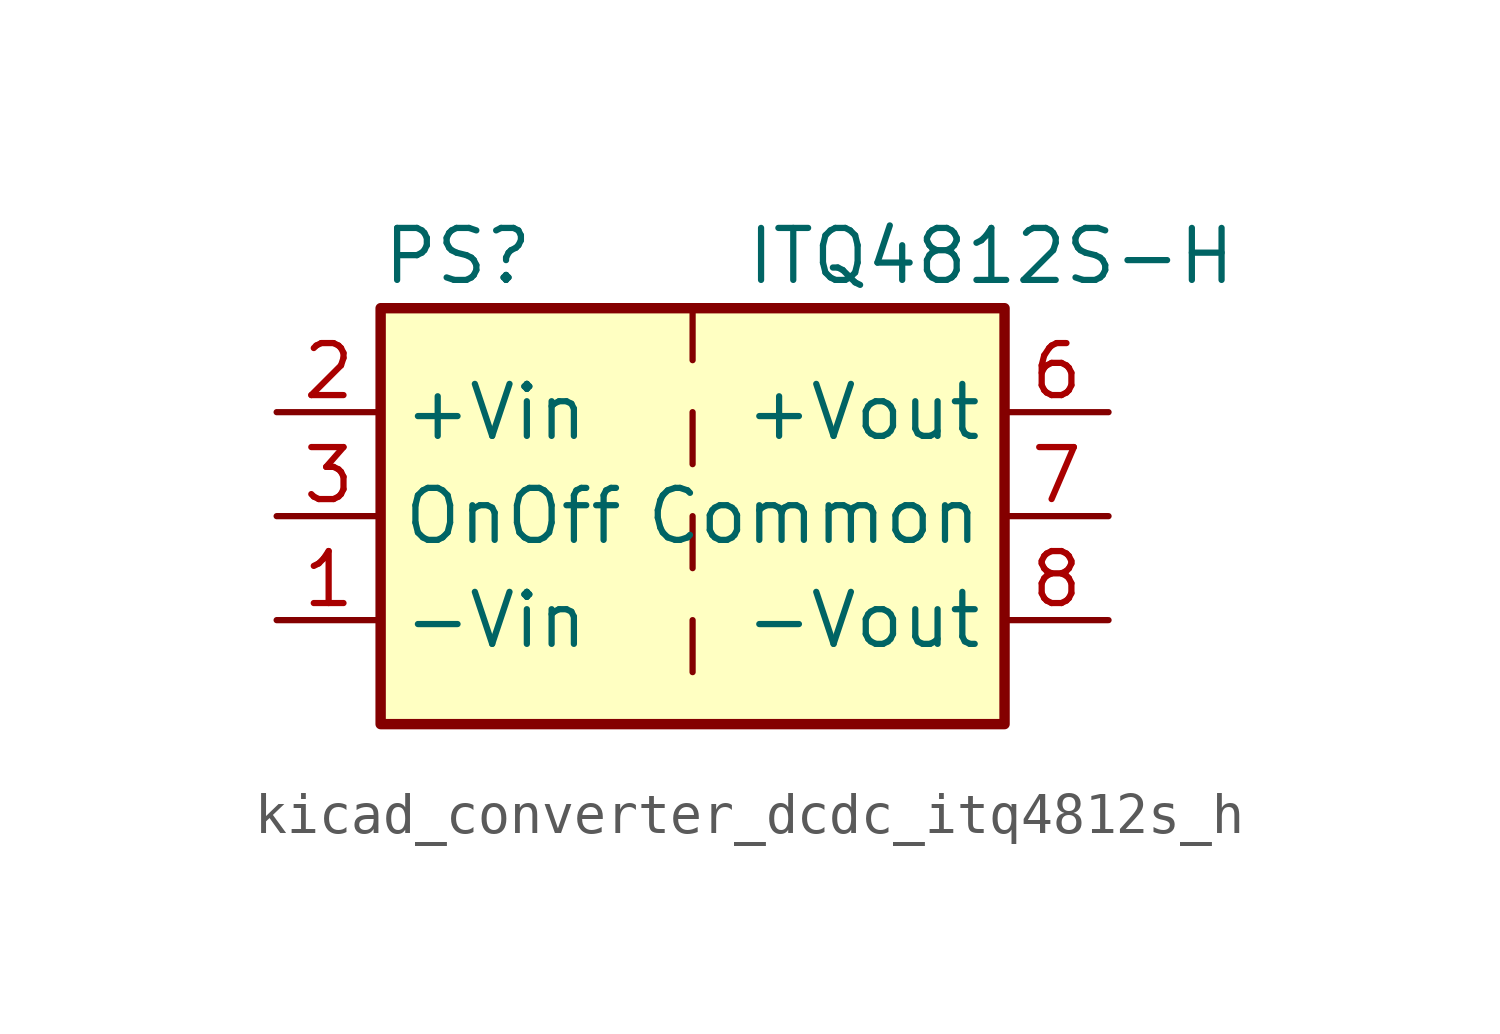
<source format=kicad_sym>
(kicad_symbol_lib
  (version 20220914)
  (generator kicad_symbol_editor)
  (symbol "kicad_converter_dcdc_itq4812s_h"
    (property "Reference" "PS"
      (at -7.62 6.35 0)
      (effects (font (size 1.27 1.27)) (justify left)))
    (property "Value" "ITQ4812S-H"
      (at 1.27 6.35 0)
      (effects (font (size 1.27 1.27)) (justify left)))
    (symbol "kicad_converter_dcdc_itq4812s_h_0_0"
      (pin power_in line (at -10.16 -2.54 0) (length 2.54) (name "-Vin" (effects (font (size 1.27 1.27)))) (number "1" (effects (font (size 1.27 1.27)))))
      (pin power_in line (at -10.16 2.54 0) (length 2.54) (name "+Vin" (effects (font (size 1.27 1.27)))) (number "2" (effects (font (size 1.27 1.27)))))
      (pin input line (at -10.16 0 0) (length 2.54) (name "OnOff" (effects (font (size 1.27 1.27)))) (number "3" (effects (font (size 1.27 1.27)))))
      (pin power_out line (at 10.16 2.54 180) (length 2.54) (name "+Vout" (effects (font (size 1.27 1.27)))) (number "6" (effects (font (size 1.27 1.27)))))
      (pin power_out line (at 10.16 0 180) (length 2.54) (name "Common" (effects (font (size 1.27 1.27)))) (number "7" (effects (font (size 1.27 1.27)))))
      (pin power_out line (at 10.16 -2.54 180) (length 2.54) (name "-Vout" (effects (font (size 1.27 1.27)))) (number "8" (effects (font (size 1.27 1.27))))))
    (symbol "kicad_converter_dcdc_itq4812s_h_0_1"
      (rectangle (start -7.62 5.08) (end 7.62 -5.08) (stroke (width 0.254) (type default)) (fill (type background)))
      (polyline (pts (xy 0 -2.54) (xy 0 -3.81)) (stroke (width 0) (type default)) (fill (type none)))
      (polyline (pts (xy 0 0) (xy 0 -1.27)) (stroke (width 0) (type default)) (fill (type none)))
      (polyline (pts (xy 0 2.54) (xy 0 1.27)) (stroke (width 0) (type default)) (fill (type none)))
      (polyline (pts (xy 0 5.08) (xy 0 3.81)) (stroke (width 0) (type default)) (fill (type none))))))
</source>
